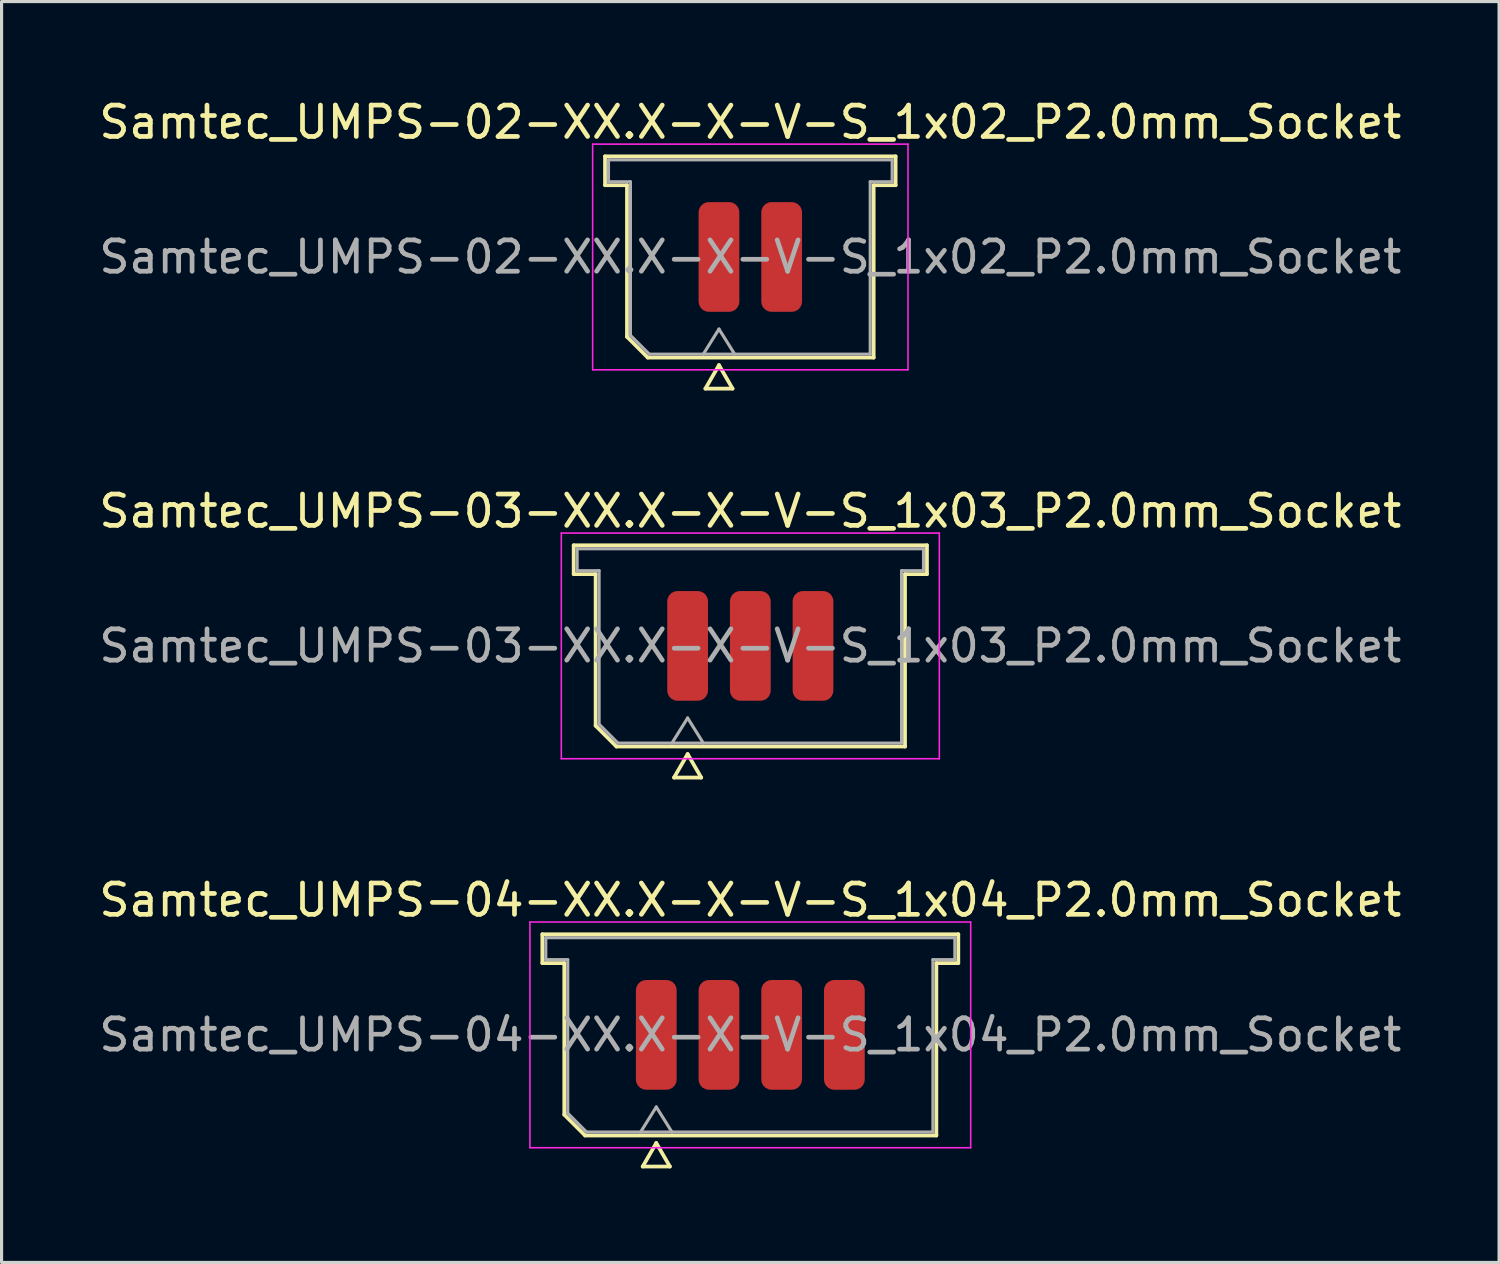
<source format=kicad_pcb>
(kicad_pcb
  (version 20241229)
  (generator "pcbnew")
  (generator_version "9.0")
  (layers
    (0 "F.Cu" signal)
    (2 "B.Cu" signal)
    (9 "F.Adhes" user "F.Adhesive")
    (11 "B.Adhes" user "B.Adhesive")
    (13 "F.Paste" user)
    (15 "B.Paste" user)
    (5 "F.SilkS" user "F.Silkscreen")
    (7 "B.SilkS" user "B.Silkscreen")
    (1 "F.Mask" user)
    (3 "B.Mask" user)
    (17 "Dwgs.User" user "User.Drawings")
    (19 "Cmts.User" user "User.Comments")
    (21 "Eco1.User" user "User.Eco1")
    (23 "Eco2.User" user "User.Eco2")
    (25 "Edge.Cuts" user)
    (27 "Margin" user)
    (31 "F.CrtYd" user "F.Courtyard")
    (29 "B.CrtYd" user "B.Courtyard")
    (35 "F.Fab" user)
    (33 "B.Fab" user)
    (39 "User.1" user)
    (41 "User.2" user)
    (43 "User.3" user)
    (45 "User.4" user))
  (footprint "Samtec_UMPS-03-XX.X-X-V-S_1x03_P2.0mm_Socket"
    (layer "F.Cu")
    (at 20.887 17.556)
    (property "Reference" "Samtec_UMPS-03-XX.X-X-V-S_1x03_P2.0mm_Socket" (at 0 -4.3 0) (layer "F.SilkS") (effects (font (size 1 1) (thickness 0.15))))
    (attr smd)
    (fp_line (start -5.635 -3.21) (end 5.635 -3.21) (stroke (width 0.12) (type solid)) (layer "F.SilkS"))
    (fp_line (start -5.635 -2.29) (end -5.635 -3.21) (stroke (width 0.12) (type solid)) (layer "F.SilkS"))
    (fp_line (start -4.935 -2.29) (end -5.635 -2.29) (stroke (width 0.12) (type solid)) (layer "F.SilkS"))
    (fp_line (start -4.935 2.546) (end -4.935 -2.29) (stroke (width 0.12) (type solid)) (layer "F.SilkS"))
    (fp_line (start -4.271 3.21) (end -4.935 2.546) (stroke (width 0.12) (type solid)) (layer "F.SilkS"))
    (fp_line (start -2.433 4.2) (end -2 3.45) (stroke (width 0.12) (type solid)) (layer "F.SilkS"))
    (fp_line (start -2 3.45) (end -1.567 4.2) (stroke (width 0.12) (type solid)) (layer "F.SilkS"))
    (fp_line (start -1.567 4.2) (end -2.433 4.2) (stroke (width 0.12) (type solid)) (layer "F.SilkS"))
    (fp_line (start 4.935 -2.29) (end 4.935 3.21) (stroke (width 0.12) (type solid)) (layer "F.SilkS"))
    (fp_line (start 4.935 3.21) (end -4.271 3.21) (stroke (width 0.12) (type solid)) (layer "F.SilkS"))
    (fp_line (start 5.635 -3.21) (end 5.635 -2.29) (stroke (width 0.12) (type solid)) (layer "F.SilkS"))
    (fp_line (start 5.635 -2.29) (end 4.935 -2.29) (stroke (width 0.12) (type solid)) (layer "F.SilkS"))
    (fp_line (start -6.03 -3.6) (end -6.03 3.6) (stroke (width 0.05) (type solid)) (layer "F.CrtYd"))
    (fp_line (start -6.03 3.6) (end 6.03 3.6) (stroke (width 0.05) (type solid)) (layer "F.CrtYd"))
    (fp_line (start 6.03 -3.6) (end -6.03 -3.6) (stroke (width 0.05) (type solid)) (layer "F.CrtYd"))
    (fp_line (start 6.03 3.6) (end 6.03 -3.6) (stroke (width 0.05) (type solid)) (layer "F.CrtYd"))
    (fp_line (start -5.525 -3.1) (end 5.525 -3.1) (stroke (width 0.1) (type solid)) (layer "F.Fab"))
    (fp_line (start -5.525 -2.4) (end -5.525 -3.1) (stroke (width 0.1) (type solid)) (layer "F.Fab"))
    (fp_line (start -4.825 -2.4) (end -5.525 -2.4) (stroke (width 0.1) (type solid)) (layer "F.Fab"))
    (fp_line (start -4.825 2.5) (end -4.825 -2.4) (stroke (width 0.1) (type solid)) (layer "F.Fab"))
    (fp_line (start -4.225 3.1) (end -4.825 2.5) (stroke (width 0.1) (type solid)) (layer "F.Fab"))
    (fp_line (start -2.5 3.1) (end -2 2.3) (stroke (width 0.1) (type solid)) (layer "F.Fab"))
    (fp_line (start -2 2.3) (end -1.5 3.1) (stroke (width 0.1) (type solid)) (layer "F.Fab"))
    (fp_line (start 4.825 -2.4) (end 4.825 3.1) (stroke (width 0.1) (type solid)) (layer "F.Fab"))
    (fp_line (start 4.825 3.1) (end -4.225 3.1) (stroke (width 0.1) (type solid)) (layer "F.Fab"))
    (fp_line (start 5.525 -3.1) (end 5.525 -2.4) (stroke (width 0.1) (type solid)) (layer "F.Fab"))
    (fp_line (start 5.525 -2.4) (end 4.825 -2.4) (stroke (width 0.1) (type solid)) (layer "F.Fab"))
    (fp_text user "${REFERENCE}" (at 0 0 0) (layer "F.Fab") (effects (font (size 1 1) (thickness 0.15))))
    (pad "1" smd roundrect (at -2 0) (size 1.3 3.5) (layers "F.Cu" "F.Mask" "F.Paste") (roundrect_rratio 0.25))
    (pad "2" smd roundrect (at 0 0) (size 1.3 3.5) (layers "F.Cu" "F.Mask" "F.Paste") (roundrect_rratio 0.25))
    (pad "3" smd roundrect (at 2 0) (size 1.3 3.5) (layers "F.Cu" "F.Mask" "F.Paste") (roundrect_rratio 0.25)))
  (footprint "Samtec_UMPS-02-XX.X-X-V-S_1x02_P2.0mm_Socket"
    (layer "F.Cu")
    (at 20.887 5.148)
    (property "Reference" "Samtec_UMPS-02-XX.X-X-V-S_1x02_P2.0mm_Socket" (at 0 -4.3 0) (layer "F.SilkS") (effects (font (size 1 1) (thickness 0.15))))
    (attr smd)
    (fp_line (start -4.635 -3.21) (end 4.635 -3.21) (stroke (width 0.12) (type solid)) (layer "F.SilkS"))
    (fp_line (start -4.635 -2.29) (end -4.635 -3.21) (stroke (width 0.12) (type solid)) (layer "F.SilkS"))
    (fp_line (start -3.935 -2.29) (end -4.635 -2.29) (stroke (width 0.12) (type solid)) (layer "F.SilkS"))
    (fp_line (start -3.935 2.546) (end -3.935 -2.29) (stroke (width 0.12) (type solid)) (layer "F.SilkS"))
    (fp_line (start -3.271 3.21) (end -3.935 2.546) (stroke (width 0.12) (type solid)) (layer "F.SilkS"))
    (fp_line (start -1.433 4.2) (end -1 3.45) (stroke (width 0.12) (type solid)) (layer "F.SilkS"))
    (fp_line (start -1 3.45) (end -0.567 4.2) (stroke (width 0.12) (type solid)) (layer "F.SilkS"))
    (fp_line (start -0.567 4.2) (end -1.433 4.2) (stroke (width 0.12) (type solid)) (layer "F.SilkS"))
    (fp_line (start 3.935 -2.29) (end 3.935 3.21) (stroke (width 0.12) (type solid)) (layer "F.SilkS"))
    (fp_line (start 3.935 3.21) (end -3.271 3.21) (stroke (width 0.12) (type solid)) (layer "F.SilkS"))
    (fp_line (start 4.635 -3.21) (end 4.635 -2.29) (stroke (width 0.12) (type solid)) (layer "F.SilkS"))
    (fp_line (start 4.635 -2.29) (end 3.935 -2.29) (stroke (width 0.12) (type solid)) (layer "F.SilkS"))
    (fp_line (start -5.03 -3.6) (end -5.03 3.6) (stroke (width 0.05) (type solid)) (layer "F.CrtYd"))
    (fp_line (start -5.03 3.6) (end 5.03 3.6) (stroke (width 0.05) (type solid)) (layer "F.CrtYd"))
    (fp_line (start 5.03 -3.6) (end -5.03 -3.6) (stroke (width 0.05) (type solid)) (layer "F.CrtYd"))
    (fp_line (start 5.03 3.6) (end 5.03 -3.6) (stroke (width 0.05) (type solid)) (layer "F.CrtYd"))
    (fp_line (start -4.525 -3.1) (end 4.525 -3.1) (stroke (width 0.1) (type solid)) (layer "F.Fab"))
    (fp_line (start -4.525 -2.4) (end -4.525 -3.1) (stroke (width 0.1) (type solid)) (layer "F.Fab"))
    (fp_line (start -3.825 -2.4) (end -4.525 -2.4) (stroke (width 0.1) (type solid)) (layer "F.Fab"))
    (fp_line (start -3.825 2.5) (end -3.825 -2.4) (stroke (width 0.1) (type solid)) (layer "F.Fab"))
    (fp_line (start -3.225 3.1) (end -3.825 2.5) (stroke (width 0.1) (type solid)) (layer "F.Fab"))
    (fp_line (start -1.5 3.1) (end -1 2.3) (stroke (width 0.1) (type solid)) (layer "F.Fab"))
    (fp_line (start -1 2.3) (end -0.5 3.1) (stroke (width 0.1) (type solid)) (layer "F.Fab"))
    (fp_line (start 3.825 -2.4) (end 3.825 3.1) (stroke (width 0.1) (type solid)) (layer "F.Fab"))
    (fp_line (start 3.825 3.1) (end -3.225 3.1) (stroke (width 0.1) (type solid)) (layer "F.Fab"))
    (fp_line (start 4.525 -3.1) (end 4.525 -2.4) (stroke (width 0.1) (type solid)) (layer "F.Fab"))
    (fp_line (start 4.525 -2.4) (end 3.825 -2.4) (stroke (width 0.1) (type solid)) (layer "F.Fab"))
    (fp_text user "${REFERENCE}" (at 0 0 0) (layer "F.Fab") (effects (font (size 1 1) (thickness 0.15))))
    (pad "1" smd roundrect (at -1 0) (size 1.3 3.5) (layers "F.Cu" "F.Mask" "F.Paste") (roundrect_rratio 0.25))
    (pad "2" smd roundrect (at 1 0) (size 1.3 3.5) (layers "F.Cu" "F.Mask" "F.Paste") (roundrect_rratio 0.25)))
  (footprint "Samtec_UMPS-04-XX.X-X-V-S_1x04_P2.0mm_Socket"
    (layer "F.Cu")
    (at 20.887 29.965)
    (property "Reference" "Samtec_UMPS-04-XX.X-X-V-S_1x04_P2.0mm_Socket" (at 0 -4.3 0) (layer "F.SilkS") (effects (font (size 1 1) (thickness 0.15))))
    (attr smd)
    (fp_line (start -6.635 -3.21) (end 6.635 -3.21) (stroke (width 0.12) (type solid)) (layer "F.SilkS"))
    (fp_line (start -6.635 -2.29) (end -6.635 -3.21) (stroke (width 0.12) (type solid)) (layer "F.SilkS"))
    (fp_line (start -5.935 -2.29) (end -6.635 -2.29) (stroke (width 0.12) (type solid)) (layer "F.SilkS"))
    (fp_line (start -5.935 2.546) (end -5.935 -2.29) (stroke (width 0.12) (type solid)) (layer "F.SilkS"))
    (fp_line (start -5.271 3.21) (end -5.935 2.546) (stroke (width 0.12) (type solid)) (layer "F.SilkS"))
    (fp_line (start -3.433 4.2) (end -3 3.45) (stroke (width 0.12) (type solid)) (layer "F.SilkS"))
    (fp_line (start -3 3.45) (end -2.567 4.2) (stroke (width 0.12) (type solid)) (layer "F.SilkS"))
    (fp_line (start -2.567 4.2) (end -3.433 4.2) (stroke (width 0.12) (type solid)) (layer "F.SilkS"))
    (fp_line (start 5.935 -2.29) (end 5.935 3.21) (stroke (width 0.12) (type solid)) (layer "F.SilkS"))
    (fp_line (start 5.935 3.21) (end -5.271 3.21) (stroke (width 0.12) (type solid)) (layer "F.SilkS"))
    (fp_line (start 6.635 -3.21) (end 6.635 -2.29) (stroke (width 0.12) (type solid)) (layer "F.SilkS"))
    (fp_line (start 6.635 -2.29) (end 5.935 -2.29) (stroke (width 0.12) (type solid)) (layer "F.SilkS"))
    (fp_line (start -7.03 -3.6) (end -7.03 3.6) (stroke (width 0.05) (type solid)) (layer "F.CrtYd"))
    (fp_line (start -7.03 3.6) (end 7.03 3.6) (stroke (width 0.05) (type solid)) (layer "F.CrtYd"))
    (fp_line (start 7.03 -3.6) (end -7.03 -3.6) (stroke (width 0.05) (type solid)) (layer "F.CrtYd"))
    (fp_line (start 7.03 3.6) (end 7.03 -3.6) (stroke (width 0.05) (type solid)) (layer "F.CrtYd"))
    (fp_line (start -6.525 -3.1) (end 6.525 -3.1) (stroke (width 0.1) (type solid)) (layer "F.Fab"))
    (fp_line (start -6.525 -2.4) (end -6.525 -3.1) (stroke (width 0.1) (type solid)) (layer "F.Fab"))
    (fp_line (start -5.825 -2.4) (end -6.525 -2.4) (stroke (width 0.1) (type solid)) (layer "F.Fab"))
    (fp_line (start -5.825 2.5) (end -5.825 -2.4) (stroke (width 0.1) (type solid)) (layer "F.Fab"))
    (fp_line (start -5.225 3.1) (end -5.825 2.5) (stroke (width 0.1) (type solid)) (layer "F.Fab"))
    (fp_line (start -3.5 3.1) (end -3 2.3) (stroke (width 0.1) (type solid)) (layer "F.Fab"))
    (fp_line (start -3 2.3) (end -2.5 3.1) (stroke (width 0.1) (type solid)) (layer "F.Fab"))
    (fp_line (start 5.825 -2.4) (end 5.825 3.1) (stroke (width 0.1) (type solid)) (layer "F.Fab"))
    (fp_line (start 5.825 3.1) (end -5.225 3.1) (stroke (width 0.1) (type solid)) (layer "F.Fab"))
    (fp_line (start 6.525 -3.1) (end 6.525 -2.4) (stroke (width 0.1) (type solid)) (layer "F.Fab"))
    (fp_line (start 6.525 -2.4) (end 5.825 -2.4) (stroke (width 0.1) (type solid)) (layer "F.Fab"))
    (fp_text user "${REFERENCE}" (at 0 0 0) (layer "F.Fab") (effects (font (size 1 1) (thickness 0.15))))
    (pad "1" smd roundrect (at -3 0) (size 1.3 3.5) (layers "F.Cu" "F.Mask" "F.Paste") (roundrect_rratio 0.25))
    (pad "2" smd roundrect (at -1 0) (size 1.3 3.5) (layers "F.Cu" "F.Mask" "F.Paste") (roundrect_rratio 0.25))
    (pad "3" smd roundrect (at 1 0) (size 1.3 3.5) (layers "F.Cu" "F.Mask" "F.Paste") (roundrect_rratio 0.25))
    (pad "4" smd roundrect (at 3 0) (size 1.3 3.5) (layers "F.Cu" "F.Mask" "F.Paste") (roundrect_rratio 0.25)))
  (gr_rect
    (start -3 -3)
    (end 44.774 37.225)
    (stroke (width 0.1) (type default))
    (fill no)
    (layer "Edge.Cuts")))
</source>
